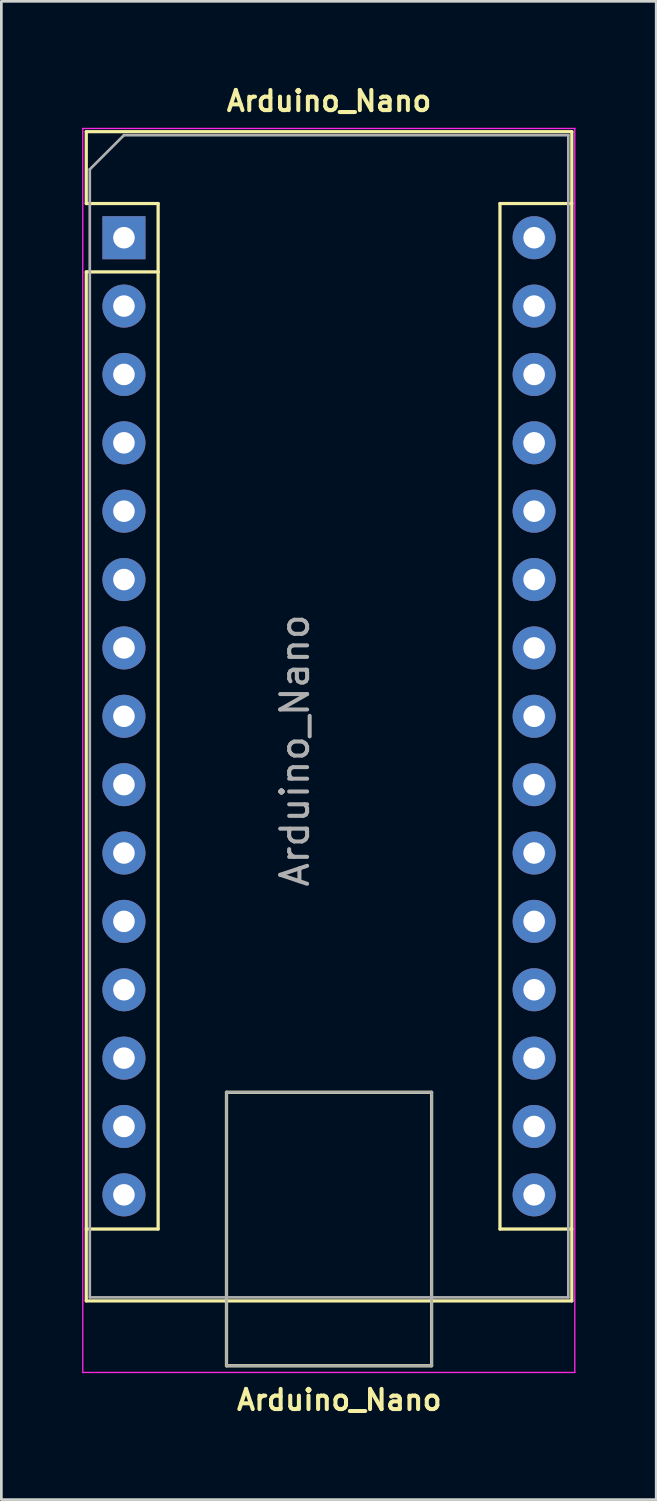
<source format=kicad_pcb>
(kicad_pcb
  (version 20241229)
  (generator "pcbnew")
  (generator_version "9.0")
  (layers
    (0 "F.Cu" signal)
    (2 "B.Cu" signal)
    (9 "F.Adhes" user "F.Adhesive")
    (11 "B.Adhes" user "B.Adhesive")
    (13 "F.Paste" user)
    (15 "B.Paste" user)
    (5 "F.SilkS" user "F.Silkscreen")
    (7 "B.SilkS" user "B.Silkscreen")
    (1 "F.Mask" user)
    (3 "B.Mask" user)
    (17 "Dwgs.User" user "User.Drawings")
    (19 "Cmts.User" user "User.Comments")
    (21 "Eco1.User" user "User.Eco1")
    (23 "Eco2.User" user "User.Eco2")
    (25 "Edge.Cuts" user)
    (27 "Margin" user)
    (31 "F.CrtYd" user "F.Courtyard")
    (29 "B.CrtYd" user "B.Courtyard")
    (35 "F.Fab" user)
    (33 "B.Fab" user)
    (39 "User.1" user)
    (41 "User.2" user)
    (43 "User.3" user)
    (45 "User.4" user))
  (footprint "Arduino_Nano"
    (layer "F.Cu")
    (at 1.555 5.782)
    (property "Reference" "Arduino_Nano" (at 7.62 -5.08 0) (layer "F.SilkS") (effects (font (size 0.75 0.75) (thickness 0.15))))
    (property "Value" "Arduino_Nano" (at 8.89 19.05 90) (layer "F.Fab") (hide yes) (effects (font (size 1 1) (thickness 0.15))))
    (attr through_hole)
    (fp_line (start -1.4 -3.94) (end -1.4 -1.27) (stroke (width 0.12) (type solid)) (layer "F.SilkS"))
    (fp_line (start -1.4 1.27) (end -1.4 39.5) (stroke (width 0.12) (type solid)) (layer "F.SilkS"))
    (fp_line (start -1.4 39.5) (end 16.64 39.5) (stroke (width 0.12) (type solid)) (layer "F.SilkS"))
    (fp_line (start 1.27 -1.27) (end -1.4 -1.27) (stroke (width 0.12) (type solid)) (layer "F.SilkS"))
    (fp_line (start 1.27 1.27) (end -1.4 1.27) (stroke (width 0.12) (type solid)) (layer "F.SilkS"))
    (fp_line (start 1.27 1.27) (end 1.27 -1.27) (stroke (width 0.12) (type solid)) (layer "F.SilkS"))
    (fp_line (start 1.27 1.27) (end 1.27 36.83) (stroke (width 0.12) (type solid)) (layer "F.SilkS"))
    (fp_line (start 1.27 36.83) (end -1.4 36.83) (stroke (width 0.12) (type solid)) (layer "F.SilkS"))
    (fp_line (start 3.81 31.75) (end 11.43 31.75) (stroke (width 0.12) (type solid)) (layer "F.SilkS"))
    (fp_line (start 3.81 41.91) (end 3.81 31.75) (stroke (width 0.12) (type solid)) (layer "F.SilkS"))
    (fp_line (start 11.43 31.75) (end 11.43 41.91) (stroke (width 0.12) (type solid)) (layer "F.SilkS"))
    (fp_line (start 11.43 41.91) (end 3.81 41.91) (stroke (width 0.12) (type solid)) (layer "F.SilkS"))
    (fp_line (start 13.97 -1.27) (end 13.97 36.83) (stroke (width 0.12) (type solid)) (layer "F.SilkS"))
    (fp_line (start 13.97 -1.27) (end 16.64 -1.27) (stroke (width 0.12) (type solid)) (layer "F.SilkS"))
    (fp_line (start 13.97 36.83) (end 16.64 36.83) (stroke (width 0.12) (type solid)) (layer "F.SilkS"))
    (fp_line (start 16.64 -3.94) (end -1.4 -3.94) (stroke (width 0.12) (type solid)) (layer "F.SilkS"))
    (fp_line (start 16.64 39.5) (end 16.64 -3.94) (stroke (width 0.12) (type solid)) (layer "F.SilkS"))
    (fp_line (start -1.53 -4.06) (end -1.53 42.16) (stroke (width 0.05) (type solid)) (layer "F.CrtYd"))
    (fp_line (start -1.53 -4.06) (end 16.75 -4.06) (stroke (width 0.05) (type solid)) (layer "F.CrtYd"))
    (fp_line (start 16.75 42.16) (end -1.53 42.16) (stroke (width 0.05) (type solid)) (layer "F.CrtYd"))
    (fp_line (start 16.75 42.16) (end 16.75 -4.06) (stroke (width 0.05) (type solid)) (layer "F.CrtYd"))
    (fp_line (start -1.27 -2.54) (end 0 -3.81) (stroke (width 0.1) (type solid)) (layer "F.Fab"))
    (fp_line (start -1.27 39.37) (end -1.27 -2.54) (stroke (width 0.1) (type solid)) (layer "F.Fab"))
    (fp_line (start 0 -3.81) (end 16.51 -3.81) (stroke (width 0.1) (type solid)) (layer "F.Fab"))
    (fp_line (start 3.81 31.75) (end 11.43 31.75) (stroke (width 0.1) (type solid)) (layer "F.Fab"))
    (fp_line (start 3.81 41.91) (end 3.81 31.75) (stroke (width 0.1) (type solid)) (layer "F.Fab"))
    (fp_line (start 11.43 31.75) (end 11.43 41.91) (stroke (width 0.1) (type solid)) (layer "F.Fab"))
    (fp_line (start 11.43 41.91) (end 3.81 41.91) (stroke (width 0.1) (type solid)) (layer "F.Fab"))
    (fp_line (start 16.51 -3.81) (end 16.51 39.37) (stroke (width 0.1) (type solid)) (layer "F.Fab"))
    (fp_line (start 16.51 39.37) (end -1.27 39.37) (stroke (width 0.1) (type solid)) (layer "F.Fab"))
    (fp_text user "${VALUE}" (at 8 43.18 0) (layer "F.SilkS") (effects (font (size 0.75 0.75) (thickness 0.15))))
    (fp_text user "${REFERENCE}" (at 6.35 19.05 90) (layer "F.Fab") (effects (font (size 1 1) (thickness 0.15))))
    (pad "1" thru_hole rect (at 0 0) (size 1.6 1.6) (drill 0.8) (layers "*.Cu" "*.Mask"))
    (pad "2" thru_hole oval (at 0 2.54) (size 1.6 1.6) (drill 0.8) (layers "*.Cu" "*.Mask"))
    (pad "3" thru_hole oval (at 0 5.08) (size 1.6 1.6) (drill 0.8) (layers "*.Cu" "*.Mask"))
    (pad "4" thru_hole oval (at 0 7.62) (size 1.6 1.6) (drill 0.8) (layers "*.Cu" "*.Mask"))
    (pad "5" thru_hole oval (at 0 10.16) (size 1.6 1.6) (drill 0.8) (layers "*.Cu" "*.Mask"))
    (pad "6" thru_hole oval (at 0 12.7) (size 1.6 1.6) (drill 0.8) (layers "*.Cu" "*.Mask"))
    (pad "7" thru_hole oval (at 0 15.24) (size 1.6 1.6) (drill 0.8) (layers "*.Cu" "*.Mask"))
    (pad "8" thru_hole oval (at 0 17.78) (size 1.6 1.6) (drill 0.8) (layers "*.Cu" "*.Mask"))
    (pad "9" thru_hole oval (at 0 20.32) (size 1.6 1.6) (drill 0.8) (layers "*.Cu" "*.Mask"))
    (pad "10" thru_hole oval (at 0 22.86) (size 1.6 1.6) (drill 0.8) (layers "*.Cu" "*.Mask"))
    (pad "11" thru_hole oval (at 0 25.4) (size 1.6 1.6) (drill 0.8) (layers "*.Cu" "*.Mask"))
    (pad "12" thru_hole oval (at 0 27.94) (size 1.6 1.6) (drill 0.8) (layers "*.Cu" "*.Mask"))
    (pad "13" thru_hole oval (at 0 30.48) (size 1.6 1.6) (drill 0.8) (layers "*.Cu" "*.Mask"))
    (pad "14" thru_hole oval (at 0 33.02) (size 1.6 1.6) (drill 0.8) (layers "*.Cu" "*.Mask"))
    (pad "15" thru_hole oval (at 0 35.56) (size 1.6 1.6) (drill 0.8) (layers "*.Cu" "*.Mask"))
    (pad "16" thru_hole oval (at 15.24 35.56) (size 1.6 1.6) (drill 0.8) (layers "*.Cu" "*.Mask"))
    (pad "17" thru_hole oval (at 15.24 33.02) (size 1.6 1.6) (drill 0.8) (layers "*.Cu" "*.Mask"))
    (pad "18" thru_hole oval (at 15.24 30.48) (size 1.6 1.6) (drill 0.8) (layers "*.Cu" "*.Mask"))
    (pad "19" thru_hole oval (at 15.24 27.94) (size 1.6 1.6) (drill 0.8) (layers "*.Cu" "*.Mask"))
    (pad "20" thru_hole oval (at 15.24 25.4) (size 1.6 1.6) (drill 0.8) (layers "*.Cu" "*.Mask"))
    (pad "21" thru_hole oval (at 15.24 22.86) (size 1.6 1.6) (drill 0.8) (layers "*.Cu" "*.Mask"))
    (pad "22" thru_hole oval (at 15.24 20.32) (size 1.6 1.6) (drill 0.8) (layers "*.Cu" "*.Mask"))
    (pad "23" thru_hole oval (at 15.24 17.78) (size 1.6 1.6) (drill 0.8) (layers "*.Cu" "*.Mask"))
    (pad "24" thru_hole oval (at 15.24 15.24) (size 1.6 1.6) (drill 0.8) (layers "*.Cu" "*.Mask"))
    (pad "25" thru_hole oval (at 15.24 12.7) (size 1.6 1.6) (drill 0.8) (layers "*.Cu" "*.Mask"))
    (pad "26" thru_hole oval (at 15.24 10.16) (size 1.6 1.6) (drill 0.8) (layers "*.Cu" "*.Mask"))
    (pad "27" thru_hole oval (at 15.24 7.62) (size 1.6 1.6) (drill 0.8) (layers "*.Cu" "*.Mask"))
    (pad "28" thru_hole oval (at 15.24 5.08) (size 1.6 1.6) (drill 0.8) (layers "*.Cu" "*.Mask"))
    (pad "29" thru_hole oval (at 15.24 2.54) (size 1.6 1.6) (drill 0.8) (layers "*.Cu" "*.Mask"))
    (pad "30" thru_hole oval (at 15.24 0) (size 1.6 1.6) (drill 0.8) (layers "*.Cu" "*.Mask")))
  (gr_rect
    (start -3 -3)
    (end 21.33 52.664)
    (stroke (width 0.1) (type default))
    (fill no)
    (layer "Edge.Cuts")))
</source>
